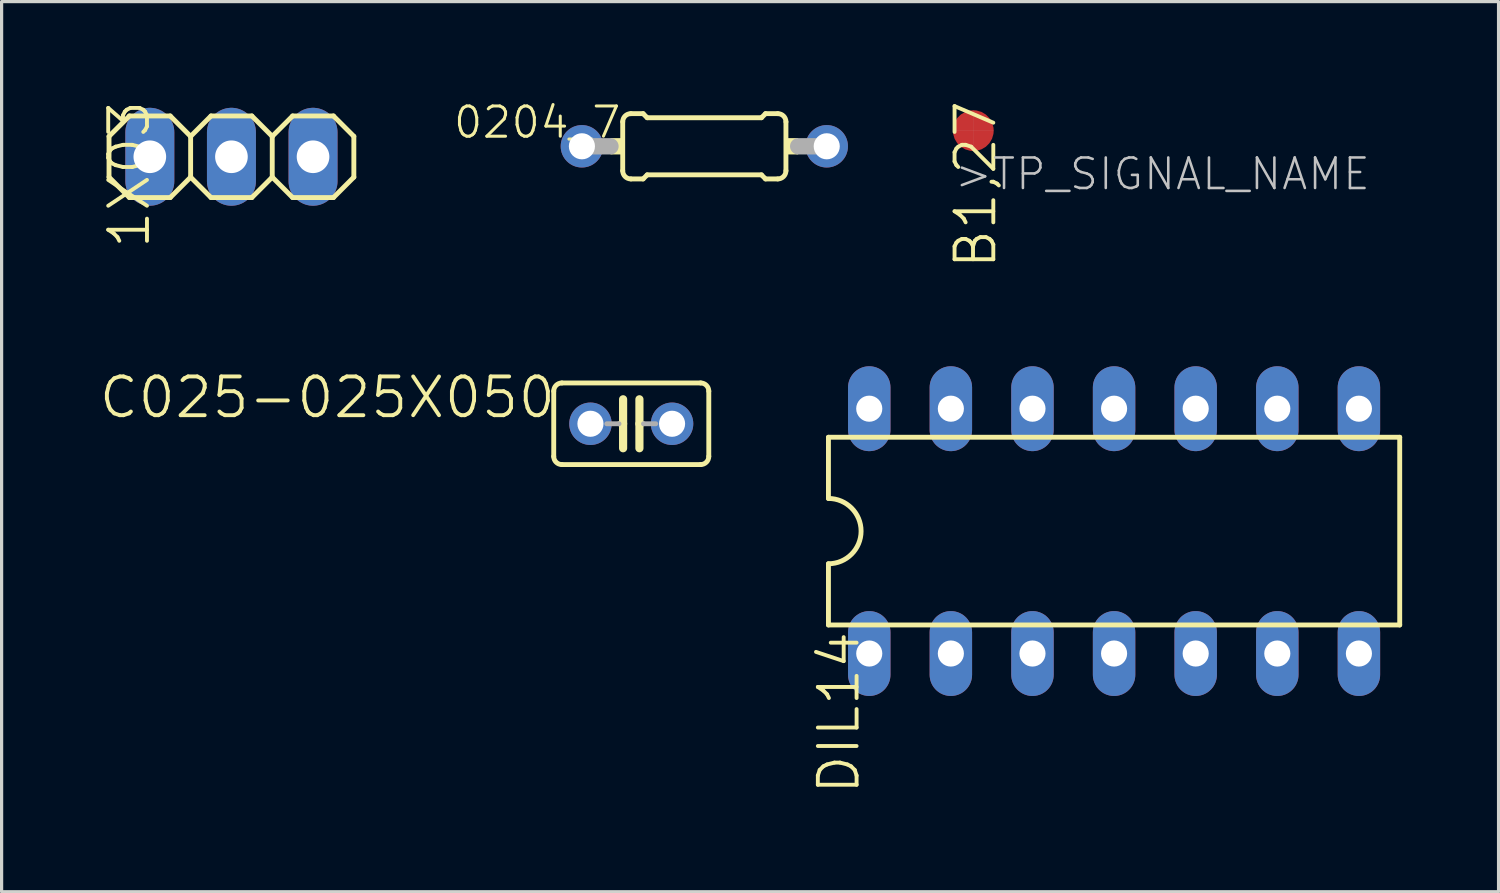
<source format=kicad_pcb>
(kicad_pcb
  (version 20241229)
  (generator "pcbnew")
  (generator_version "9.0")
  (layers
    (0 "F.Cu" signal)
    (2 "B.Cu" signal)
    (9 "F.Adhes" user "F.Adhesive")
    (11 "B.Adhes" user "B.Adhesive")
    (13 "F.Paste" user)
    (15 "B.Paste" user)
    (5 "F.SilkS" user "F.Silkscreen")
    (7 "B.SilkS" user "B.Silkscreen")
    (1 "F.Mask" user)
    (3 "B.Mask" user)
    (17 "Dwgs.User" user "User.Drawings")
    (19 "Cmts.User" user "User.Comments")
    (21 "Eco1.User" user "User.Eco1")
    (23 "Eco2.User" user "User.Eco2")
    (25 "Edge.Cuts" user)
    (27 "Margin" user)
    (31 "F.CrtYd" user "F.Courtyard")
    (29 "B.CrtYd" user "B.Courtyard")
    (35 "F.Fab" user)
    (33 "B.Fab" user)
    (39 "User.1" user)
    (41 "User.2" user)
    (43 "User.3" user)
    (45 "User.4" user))
  (footprint "C025-025X050"
    (layer "F.Cu")
    (at 16.597 10.139)
    (property "Reference" "C025-025X050" (at -2.286 -1.524 180) (layer "F.SilkS") (effects (font (size 1.206 1.206) (thickness 0.121)) (justify right top)))
    (attr through_hole)
    (fp_line (start -2.413 -1.016) (end -2.413 1.016) (stroke (width 0.152) (type solid)) (layer "F.SilkS"))
    (fp_line (start -2.159 -1.27) (end 2.159 -1.27) (stroke (width 0.152) (type solid)) (layer "F.SilkS"))
    (fp_line (start -0.254 -0.762) (end -0.254 0) (stroke (width 0.254) (type solid)) (layer "F.SilkS"))
    (fp_line (start -0.254 0) (end -0.381 0) (stroke (width 0.152) (type solid)) (layer "F.SilkS"))
    (fp_line (start -0.254 0) (end -0.254 0.762) (stroke (width 0.254) (type solid)) (layer "F.SilkS"))
    (fp_line (start 0.254 0) (end 0.254 -0.762) (stroke (width 0.254) (type solid)) (layer "F.SilkS"))
    (fp_line (start 0.254 0) (end 0.254 0.762) (stroke (width 0.254) (type solid)) (layer "F.SilkS"))
    (fp_line (start 0.381 0) (end 0.254 0) (stroke (width 0.152) (type solid)) (layer "F.SilkS"))
    (fp_line (start 2.159 1.27) (end -2.159 1.27) (stroke (width 0.152) (type solid)) (layer "F.SilkS"))
    (fp_line (start 2.413 -1.016) (end 2.413 1.016) (stroke (width 0.152) (type solid)) (layer "F.SilkS"))
    (fp_arc (start -2.413 -1.016) (mid -2.338605 -1.195605) (end -2.159 -1.27) (stroke (width 0.1524) (type solid)) (layer "F.SilkS"))
    (fp_arc (start -2.159 1.27) (mid -2.338605 1.195605) (end -2.413 1.016) (stroke (width 0.1524) (type solid)) (layer "F.SilkS"))
    (fp_arc (start 2.159 -1.27) (mid 2.338605 -1.195605) (end 2.413 -1.016) (stroke (width 0.1524) (type solid)) (layer "F.SilkS"))
    (fp_arc (start 2.413 1.016) (mid 2.338605 1.195605) (end 2.159 1.27) (stroke (width 0.1524) (type solid)) (layer "F.SilkS"))
    (fp_line (start -0.381 0) (end -0.762 0) (stroke (width 0.152) (type solid)) (layer "F.Fab"))
    (fp_line (start 0.762 0) (end 0.381 0) (stroke (width 0.152) (type solid)) (layer "F.Fab"))
    (pad "1" thru_hole circle (at -1.27 0) (size 1.321 1.321) (drill 0.813) (layers "*.Cu" "*.Mask"))
    (pad "2" thru_hole circle (at 1.27 0) (size 1.321 1.321) (drill 0.813) (layers "*.Cu" "*.Mask")))
  (footprint "0204_7"
    (layer "F.Cu")
    (at 18.871 1.503)
    (property "Reference" "0204_7" (at -2.54 -1.295 180) (layer "F.SilkS") (effects (font (size 0.941 0.941) (thickness 0.094)) (justify right top)))
    (attr through_hole)
    (fp_line (start -2.54 0.762) (end -2.54 -0.762) (stroke (width 0.152) (type solid)) (layer "F.SilkS"))
    (fp_line (start -2.286 -1.016) (end -1.905 -1.016) (stroke (width 0.152) (type solid)) (layer "F.SilkS"))
    (fp_line (start -2.286 1.016) (end -1.905 1.016) (stroke (width 0.152) (type solid)) (layer "F.SilkS"))
    (fp_line (start -1.778 -0.889) (end -1.905 -1.016) (stroke (width 0.152) (type solid)) (layer "F.SilkS"))
    (fp_line (start -1.778 0.889) (end -1.905 1.016) (stroke (width 0.152) (type solid)) (layer "F.SilkS"))
    (fp_line (start 1.778 -0.889) (end -1.778 -0.889) (stroke (width 0.152) (type solid)) (layer "F.SilkS"))
    (fp_line (start 1.778 -0.889) (end 1.905 -1.016) (stroke (width 0.152) (type solid)) (layer "F.SilkS"))
    (fp_line (start 1.778 0.889) (end -1.778 0.889) (stroke (width 0.152) (type solid)) (layer "F.SilkS"))
    (fp_line (start 1.778 0.889) (end 1.905 1.016) (stroke (width 0.152) (type solid)) (layer "F.SilkS"))
    (fp_line (start 2.286 -1.016) (end 1.905 -1.016) (stroke (width 0.152) (type solid)) (layer "F.SilkS"))
    (fp_line (start 2.286 1.016) (end 1.905 1.016) (stroke (width 0.152) (type solid)) (layer "F.SilkS"))
    (fp_line (start 2.54 0.762) (end 2.54 -0.762) (stroke (width 0.152) (type solid)) (layer "F.SilkS"))
    (fp_arc (start -2.54 -0.762) (mid -2.465605 -0.941605) (end -2.286 -1.016) (stroke (width 0.1524) (type solid)) (layer "F.SilkS"))
    (fp_arc (start -2.286 1.016) (mid -2.465605 0.941605) (end -2.54 0.762) (stroke (width 0.1524) (type solid)) (layer "F.SilkS"))
    (fp_arc (start 2.286 -1.016) (mid 2.465605 -0.941605) (end 2.54 -0.762) (stroke (width 0.1524) (type solid)) (layer "F.SilkS"))
    (fp_arc (start 2.54 0.762) (mid 2.465605 0.941605) (end 2.286 1.016) (stroke (width 0.1524) (type solid)) (layer "F.SilkS"))
    (fp_poly (pts (xy -2.921 0.254) (xy -2.54 0.254) (xy -2.54 -0.254) (xy -2.921 -0.254)) (stroke (width 0) (type solid)) (fill yes) (layer "F.SilkS"))
    (fp_poly (pts (xy 2.54 0.254) (xy 2.921 0.254) (xy 2.921 -0.254) (xy 2.54 -0.254)) (stroke (width 0) (type solid)) (fill yes) (layer "F.SilkS"))
    (fp_line (start -3.81 0) (end -2.921 0) (stroke (width 0.508) (type solid)) (layer "F.Fab"))
    (fp_line (start 3.81 0) (end 2.921 0) (stroke (width 0.508) (type solid)) (layer "F.Fab"))
    (pad "1" thru_hole circle (at -3.81 0) (size 1.321 1.321) (drill 0.813) (layers "*.Cu" "*.Mask"))
    (pad "2" thru_hole circle (at 3.81 0) (size 1.321 1.321) (drill 0.813) (layers "*.Cu" "*.Mask")))
  (footprint "1X03"
    (layer "F.Cu")
    (at 4.153 1.829)
    (property "Reference" "1X03" (at -3.886 -1.829 90) (layer "F.SilkS") (effects (font (size 1.206 1.206) (thickness 0.121)) (justify right top)))
    (attr through_hole)
    (fp_line (start -3.81 -0.635) (end -3.81 0.635) (stroke (width 0.152) (type solid)) (layer "F.SilkS"))
    (fp_line (start -3.81 0.635) (end -3.175 1.27) (stroke (width 0.152) (type solid)) (layer "F.SilkS"))
    (fp_line (start -3.175 -1.27) (end -3.81 -0.635) (stroke (width 0.152) (type solid)) (layer "F.SilkS"))
    (fp_line (start -3.175 -1.27) (end -1.905 -1.27) (stroke (width 0.152) (type solid)) (layer "F.SilkS"))
    (fp_line (start -1.905 -1.27) (end -1.27 -0.635) (stroke (width 0.152) (type solid)) (layer "F.SilkS"))
    (fp_line (start -1.905 1.27) (end -3.175 1.27) (stroke (width 0.152) (type solid)) (layer "F.SilkS"))
    (fp_line (start -1.27 -0.635) (end -1.27 0.635) (stroke (width 0.152) (type solid)) (layer "F.SilkS"))
    (fp_line (start -1.27 -0.635) (end -0.635 -1.27) (stroke (width 0.152) (type solid)) (layer "F.SilkS"))
    (fp_line (start -1.27 0.635) (end -1.905 1.27) (stroke (width 0.152) (type solid)) (layer "F.SilkS"))
    (fp_line (start -0.635 -1.27) (end 0.635 -1.27) (stroke (width 0.152) (type solid)) (layer "F.SilkS"))
    (fp_line (start -0.635 1.27) (end -1.27 0.635) (stroke (width 0.152) (type solid)) (layer "F.SilkS"))
    (fp_line (start 0.635 -1.27) (end 1.27 -0.635) (stroke (width 0.152) (type solid)) (layer "F.SilkS"))
    (fp_line (start 0.635 1.27) (end -0.635 1.27) (stroke (width 0.152) (type solid)) (layer "F.SilkS"))
    (fp_line (start 1.27 -0.635) (end 1.27 0.635) (stroke (width 0.152) (type solid)) (layer "F.SilkS"))
    (fp_line (start 1.27 -0.635) (end 1.905 -1.27) (stroke (width 0.152) (type solid)) (layer "F.SilkS"))
    (fp_line (start 1.27 0.635) (end 0.635 1.27) (stroke (width 0.152) (type solid)) (layer "F.SilkS"))
    (fp_line (start 1.905 -1.27) (end 3.175 -1.27) (stroke (width 0.152) (type solid)) (layer "F.SilkS"))
    (fp_line (start 1.905 1.27) (end 1.27 0.635) (stroke (width 0.152) (type solid)) (layer "F.SilkS"))
    (fp_line (start 3.175 -1.27) (end 3.81 -0.635) (stroke (width 0.152) (type solid)) (layer "F.SilkS"))
    (fp_line (start 3.175 1.27) (end 1.905 1.27) (stroke (width 0.152) (type solid)) (layer "F.SilkS"))
    (fp_line (start 3.81 -0.635) (end 3.81 0.635) (stroke (width 0.152) (type solid)) (layer "F.SilkS"))
    (fp_line (start 3.81 0.635) (end 3.175 1.27) (stroke (width 0.152) (type solid)) (layer "F.SilkS"))
    (fp_poly (pts (xy -2.794 0.254) (xy -2.286 0.254) (xy -2.286 -0.254) (xy -2.794 -0.254)) (stroke (width 0.1) (type solid)) (fill no) (layer "F.Fab"))
    (fp_poly (pts (xy -0.254 0.254) (xy 0.254 0.254) (xy 0.254 -0.254) (xy -0.254 -0.254)) (stroke (width 0.1) (type solid)) (fill no) (layer "F.Fab"))
    (fp_poly (pts (xy 2.286 0.254) (xy 2.794 0.254) (xy 2.794 -0.254) (xy 2.286 -0.254)) (stroke (width 0.1) (type solid)) (fill no) (layer "F.Fab"))
    (pad "1" thru_hole oval (at -2.54 0 90) (size 3.048 1.524) (drill 1.016) (layers "*.Cu" "*.Mask"))
    (pad "2" thru_hole oval (at 0 0 90) (size 3.048 1.524) (drill 1.016) (layers "*.Cu" "*.Mask"))
    (pad "3" thru_hole oval (at 2.54 0 90) (size 3.048 1.524) (drill 1.016) (layers "*.Cu" "*.Mask")))
  (footprint "B1,27"
    (layer "F.Cu")
    (at 27.243 1.016)
    (property "Reference" "B1,27" (at -0.635 -1.016 90) (layer "F.SilkS") (effects (font (size 1.206 1.206) (thickness 0.121)) (justify right top)))
    (attr through_hole)
    (fp_line (start -0.635 0) (end 0.635 0) (stroke (width 0.002) (type solid)) (layer "Dwgs.User"))
    (fp_line (start 0 -0.635) (end 0 0.635) (stroke (width 0.002) (type solid)) (layer "Dwgs.User"))
    (fp_text user ">TP_SIGNAL_NAME" (at -0.635 1.905 0) (layer "Dwgs.User") (effects (font (size 0.95 0.95) (thickness 0.08)) (justify left bottom)))
    (pad "TP" smd roundrect (at 0 0) (size 1.27 1.27) (layers "F.Cu" "F.Mask") (roundrect_rratio 0.5)))
  (footprint "DIL14"
    (layer "F.Cu")
    (at 31.624 13.48)
    (property "Reference" "DIL14" (at -9.271 3.048 90) (layer "F.SilkS") (effects (font (size 1.206 1.206) (thickness 0.121)) (justify right top)))
    (attr through_hole)
    (fp_line (start -8.89 -2.921) (end -8.89 -1.016) (stroke (width 0.152) (type solid)) (layer "F.SilkS"))
    (fp_line (start -8.89 2.921) (end -8.89 1.016) (stroke (width 0.152) (type solid)) (layer "F.SilkS"))
    (fp_line (start -8.89 2.921) (end 8.89 2.921) (stroke (width 0.152) (type solid)) (layer "F.SilkS"))
    (fp_line (start 8.89 -2.921) (end -8.89 -2.921) (stroke (width 0.152) (type solid)) (layer "F.SilkS"))
    (fp_line (start 8.89 -2.921) (end 8.89 2.921) (stroke (width 0.152) (type solid)) (layer "F.SilkS"))
    (fp_arc (start -8.89 -1.016) (mid -7.874 0) (end -8.89 1.016) (stroke (width 0.1524) (type solid)) (layer "F.SilkS"))
    (pad "1" thru_hole oval (at -7.62 3.81 90) (size 2.642 1.321) (drill 0.813) (layers "*.Cu" "*.Mask"))
    (pad "2" thru_hole oval (at -5.08 3.81 90) (size 2.642 1.321) (drill 0.813) (layers "*.Cu" "*.Mask"))
    (pad "3" thru_hole oval (at -2.54 3.81 90) (size 2.642 1.321) (drill 0.813) (layers "*.Cu" "*.Mask"))
    (pad "4" thru_hole oval (at 0 3.81 90) (size 2.642 1.321) (drill 0.813) (layers "*.Cu" "*.Mask"))
    (pad "5" thru_hole oval (at 2.54 3.81 90) (size 2.642 1.321) (drill 0.813) (layers "*.Cu" "*.Mask"))
    (pad "6" thru_hole oval (at 5.08 3.81 90) (size 2.642 1.321) (drill 0.813) (layers "*.Cu" "*.Mask"))
    (pad "7" thru_hole oval (at 7.62 3.81 90) (size 2.642 1.321) (drill 0.813) (layers "*.Cu" "*.Mask"))
    (pad "8" thru_hole oval (at 7.62 -3.81 90) (size 2.642 1.321) (drill 0.813) (layers "*.Cu" "*.Mask"))
    (pad "9" thru_hole oval (at 5.08 -3.81 90) (size 2.642 1.321) (drill 0.813) (layers "*.Cu" "*.Mask"))
    (pad "10" thru_hole oval (at 2.54 -3.81 90) (size 2.642 1.321) (drill 0.813) (layers "*.Cu" "*.Mask"))
    (pad "11" thru_hole oval (at 0 -3.81 90) (size 2.642 1.321) (drill 0.813) (layers "*.Cu" "*.Mask"))
    (pad "12" thru_hole oval (at -2.54 -3.81 90) (size 2.642 1.321) (drill 0.813) (layers "*.Cu" "*.Mask"))
    (pad "13" thru_hole oval (at -5.08 -3.81 90) (size 2.642 1.321) (drill 0.813) (layers "*.Cu" "*.Mask"))
    (pad "14" thru_hole oval (at -7.62 -3.81 90) (size 2.642 1.321) (drill 0.813) (layers "*.Cu" "*.Mask")))
  (gr_rect
    (start -3 -3)
    (end 43.59 24.704)
    (stroke (width 0.1) (type default))
    (fill no)
    (layer "Edge.Cuts")))
</source>
